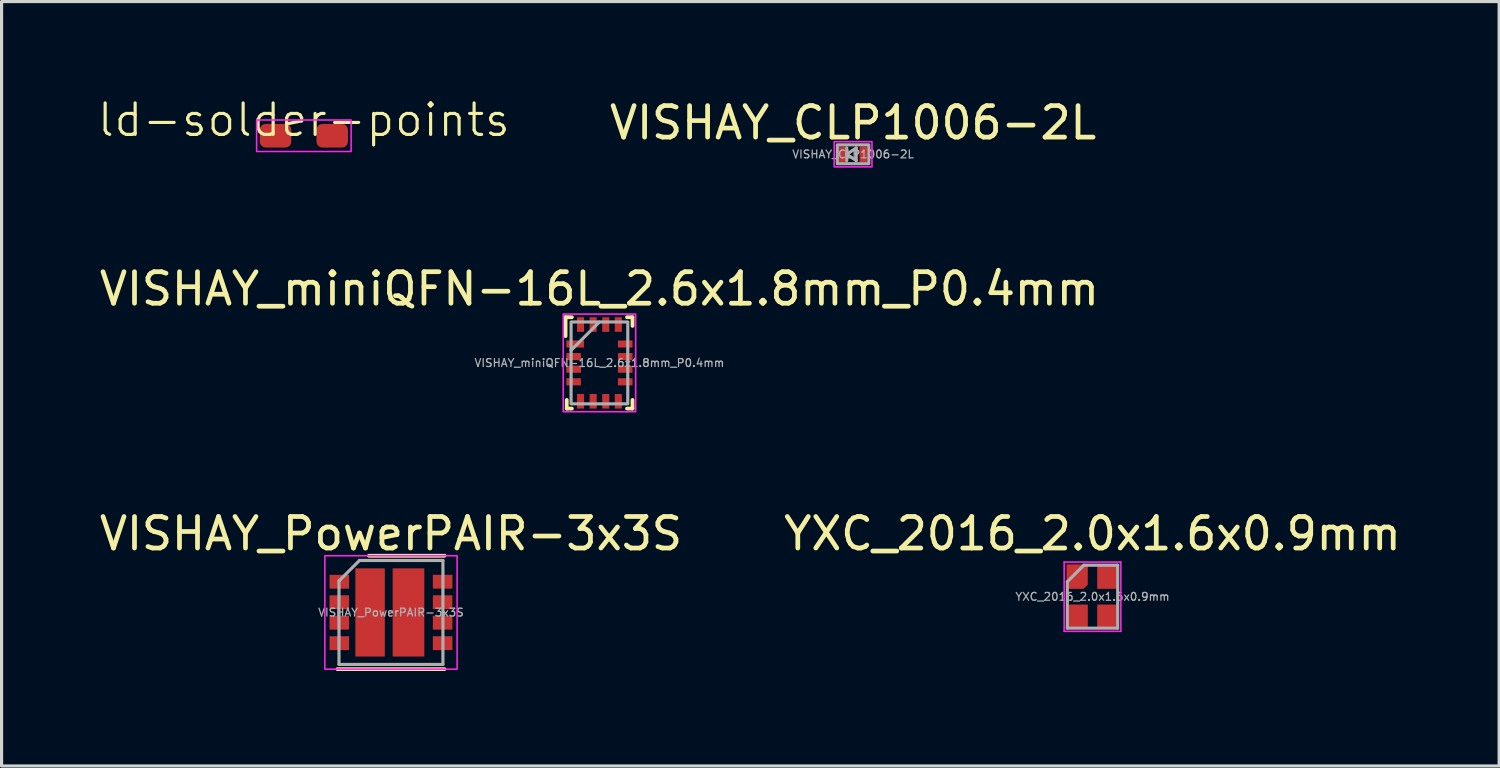
<source format=kicad_pcb>
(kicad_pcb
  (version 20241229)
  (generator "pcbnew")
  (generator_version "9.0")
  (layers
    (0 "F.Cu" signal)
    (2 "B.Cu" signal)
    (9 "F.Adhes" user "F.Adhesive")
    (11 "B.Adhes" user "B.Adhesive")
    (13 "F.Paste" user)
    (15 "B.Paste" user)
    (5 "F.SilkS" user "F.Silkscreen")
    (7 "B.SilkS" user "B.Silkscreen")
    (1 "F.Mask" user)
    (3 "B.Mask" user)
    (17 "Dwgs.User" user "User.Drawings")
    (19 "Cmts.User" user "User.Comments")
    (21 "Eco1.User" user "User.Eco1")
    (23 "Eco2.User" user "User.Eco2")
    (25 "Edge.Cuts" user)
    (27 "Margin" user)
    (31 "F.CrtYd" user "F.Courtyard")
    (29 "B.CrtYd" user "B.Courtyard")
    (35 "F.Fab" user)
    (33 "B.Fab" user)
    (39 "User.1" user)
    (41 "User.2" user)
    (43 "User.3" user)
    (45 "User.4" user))
  (footprint "VISHAY_CLP1006-2L"
    (layer "F.Cu")
    (at 24.035 1.848)
    (property "Reference" "VISHAY_CLP1006-2L" (at 0 -1 0) (unlocked yes) (layer "F.SilkS") (effects (font (size 1 1) (thickness 0.15))))
    (attr smd)
    (fp_rect (start -0.6 0.4) (end 0.6 -0.4) (stroke (width 0.05) (type default)) (fill no) (layer "F.CrtYd"))
    (fp_line (start -0.2 -0.2) (end -0.2 0.2) (stroke (width 0.1) (type default)) (layer "F.Fab"))
    (fp_line (start -0.2 0) (end 0.1 -0.2) (stroke (width 0.1) (type default)) (layer "F.Fab"))
    (fp_line (start 0.1 -0.2) (end 0.1 0.2) (stroke (width 0.1) (type default)) (layer "F.Fab"))
    (fp_line (start 0.1 0.2) (end -0.2 0) (stroke (width 0.1) (type default)) (layer "F.Fab"))
    (fp_rect (start -0.5 0.3) (end 0.5 -0.3) (stroke (width 0.1) (type default)) (fill no) (layer "F.Fab"))
    (fp_text user "${REFERENCE}" (at 0 0 0) (unlocked yes) (layer "F.Fab") (effects (font (size 0.25 0.25) (thickness 0.04))))
    (pad "1" smd rect (at -0.325 0) (size 0.24 0.49) (layers "F.Cu" "F.Mask" "F.Paste"))
    (pad "2" smd rect (at 0.325 0) (size 0.24 0.49) (layers "F.Cu" "F.Mask" "F.Paste")))
  (footprint "ld-solder-points"
    (layer "F.Cu")
    (at 6.598 1.26)
    (property "Reference" "ld-solder-points" (at 0 -0.5 0) (unlocked yes) (layer "F.SilkS") (effects (font (size 1 1) (thickness 0.1))))
    (attr smd)
    (fp_rect (start -1.5 -0.5) (end 1.5 0.5) (stroke (width 0.05) (type default)) (fill no) (layer "F.CrtYd"))
    (pad "1" smd roundrect (at -0.9 0) (size 1 0.75) (layers "F.Cu" "F.Mask" "F.Paste") (roundrect_rratio 0.25))
    (pad "2" smd roundrect (at 0.9 0) (size 1 0.75) (layers "F.Cu" "F.Mask" "F.Paste") (roundrect_rratio 0.25)))
  (footprint "VISHAY_PowerPAIR-3x3S"
    (layer "F.Cu")
    (at 9.363 16.395)
    (property "Reference" "VISHAY_PowerPAIR-3x3S" (at 0 -2.5 0) (unlocked yes) (layer "F.SilkS") (effects (font (size 1 1) (thickness 0.15))))
    (attr smd)
    (fp_line (start 1.7 -1.8) (end -0.7 -1.8) (stroke (width 0.12) (type default)) (layer "F.SilkS"))
    (fp_line (start 1.7 1.8) (end -1.7 1.8) (stroke (width 0.12) (type default)) (layer "F.SilkS"))
    (fp_rect (start 2.1 1.85) (end -2.1 -1.85) (stroke (width 0.05) (type default)) (fill no) (layer "Margin"))
    (fp_rect (start -2.1 1.8) (end 2.1 -1.8) (stroke (width 0.05) (type default)) (fill no) (layer "F.CrtYd"))
    (fp_line (start -1.65 -1) (end -1.65 1.65) (stroke (width 0.1) (type default)) (layer "F.Fab"))
    (fp_line (start -1.65 1.65) (end 1.65 1.65) (stroke (width 0.1) (type default)) (layer "F.Fab"))
    (fp_line (start -1 -1.65) (end -1.65 -1) (stroke (width 0.1) (type default)) (layer "F.Fab"))
    (fp_line (start 1.65 -1.65) (end -1 -1.65) (stroke (width 0.1) (type default)) (layer "F.Fab"))
    (fp_line (start 1.65 1.65) (end 1.65 -1.65) (stroke (width 0.1) (type default)) (layer "F.Fab"))
    (fp_text user "${REFERENCE}" (at 0 0 0) (unlocked yes) (layer "F.Fab") (effects (font (size 0.25 0.25) (thickness 0.04))))
    (pad "1" smd rect (at -1.64 -0.975 90) (size 0.44 0.62) (layers "F.Cu" "F.Mask" "F.Paste"))
    (pad "2" smd rect (at -1.64 -0.325 90) (size 0.44 0.62) (layers "F.Cu" "F.Mask" "F.Paste"))
    (pad "3" smd rect (at -1.64 0.325 90) (size 0.44 0.62) (layers "F.Cu" "F.Mask" "F.Paste"))
    (pad "4" smd rect (at -1.64 0.975 90) (size 0.44 0.62) (layers "F.Cu" "F.Mask" "F.Paste"))
    (pad "5" smd rect (at 1.64 0.975 90) (size 0.44 0.62) (layers "F.Cu" "F.Mask" "F.Paste"))
    (pad "6" smd rect (at 1.64 0.325 90) (size 0.44 0.62) (layers "F.Cu" "F.Mask" "F.Paste"))
    (pad "7" smd rect (at 1.64 -0.325 90) (size 0.44 0.62) (layers "F.Cu" "F.Mask" "F.Paste"))
    (pad "8" smd rect (at 1.64 -0.975 90) (size 0.44 0.62) (layers "F.Cu" "F.Mask" "F.Paste"))
    (pad "9" smd rect (at -0.663 0 180) (size 0.935 2.8) (layers "F.Cu" "F.Mask" "F.Paste"))
    (pad "10" smd rect (at 0.557 0 180) (size 1.005 2.8) (layers "F.Cu" "F.Mask" "F.Paste")))
  (footprint "YXC_2016_2.0x1.6x0.9mm"
    (layer "F.Cu")
    (at 31.637 15.895)
    (property "Reference" "YXC_2016_2.0x1.6x0.9mm" (at 0 -2 0) (unlocked yes) (layer "F.SilkS") (effects (font (size 1 1) (thickness 0.15))))
    (attr smd)
    (fp_line (start -0.9 -1.1) (end -0.9 0.3) (stroke (width 0.05) (type solid)) (layer "F.CrtYd"))
    (fp_line (start -0.9 0.3) (end -0.9 1.1) (stroke (width 0.05) (type solid)) (layer "F.CrtYd"))
    (fp_line (start -0.9 1.1) (end 0.9 1.1) (stroke (width 0.05) (type solid)) (layer "F.CrtYd"))
    (fp_line (start 0.9 -1.1) (end -0.9 -1.1) (stroke (width 0.05) (type solid)) (layer "F.CrtYd"))
    (fp_line (start 0.9 1.1) (end 0.9 -1.1) (stroke (width 0.05) (type solid)) (layer "F.CrtYd"))
    (fp_line (start -0.8 1) (end -0.8 -0.475) (stroke (width 0.1) (type solid)) (layer "F.Fab"))
    (fp_line (start -0.275 -1) (end -0.8 -0.475) (stroke (width 0.1) (type solid)) (layer "F.Fab"))
    (fp_line (start -0.275 -1) (end 0.8 -1) (stroke (width 0.1) (type solid)) (layer "F.Fab"))
    (fp_line (start 0.8 -1) (end 0.8 1) (stroke (width 0.1) (type solid)) (layer "F.Fab"))
    (fp_line (start 0.8 1) (end -0.8 1) (stroke (width 0.1) (type solid)) (layer "F.Fab"))
    (fp_text user "${REFERENCE}" (at 0 0 0) (layer "F.Fab") (effects (font (size 0.25 0.25) (thickness 0.04))))
    (pad "1" smd roundrect (at -0.487 -0.637) (size 0.675 0.775) (layers "F.Cu" "F.Mask" "F.Paste") (roundrect_rratio 0) (chamfer_ratio 0.2) (chamfer bottom_right))
    (pad "2" smd rect (at -0.487 0.637) (size 0.675 0.775) (layers "F.Cu" "F.Mask" "F.Paste"))
    (pad "3" smd rect (at 0.487 0.637) (size 0.675 0.775) (layers "F.Cu" "F.Mask" "F.Paste"))
    (pad "4" smd rect (at 0.487 -0.637) (size 0.675 0.775) (layers "F.Cu" "F.Mask" "F.Paste")))
  (footprint "VISHAY_miniQFN-16L_2.6x1.8mm_P0.4mm"
    (layer "F.Cu")
    (at 15.982 8.472)
    (property "Reference" "VISHAY_miniQFN-16L_2.6x1.8mm_P0.4mm" (at 0 -2.35 0) (unlocked yes) (layer "F.SilkS") (effects (font (size 1 1) (thickness 0.15))))
    (attr smd)
    (fp_line (start -1.075 -1.45) (end -0.875 -1.45) (stroke (width 0.12) (type default)) (layer "F.SilkS"))
    (fp_line (start -1.075 -0.85) (end -1.075 -1.45) (stroke (width 0.12) (type default)) (layer "F.SilkS"))
    (fp_line (start -1.038 1.45) (end -1.038 1.175) (stroke (width 0.12) (type default)) (layer "F.SilkS"))
    (fp_line (start -0.875 1.45) (end -1.038 1.45) (stroke (width 0.12) (type default)) (layer "F.SilkS"))
    (fp_line (start 0.875 -1.45) (end 1.05 -1.45) (stroke (width 0.12) (type default)) (layer "F.SilkS"))
    (fp_line (start 0.875 1.45) (end 1.05 1.45) (stroke (width 0.12) (type default)) (layer "F.SilkS"))
    (fp_line (start 1.05 -1.45) (end 1.05 -1.175) (stroke (width 0.12) (type default)) (layer "F.SilkS"))
    (fp_line (start 1.05 1.45) (end 1.05 1.175) (stroke (width 0.12) (type default)) (layer "F.SilkS"))
    (fp_rect (start 1.15 1.55) (end -1.15 -1.55) (stroke (width 0.05) (type default)) (fill no) (layer "F.CrtYd"))
    (fp_line (start 0 -1.3) (end -0.9 -0.4) (stroke (width 0.1) (type default)) (layer "F.Fab"))
    (fp_rect (start -0.9 -1.3) (end 0.9 1.3) (stroke (width 0.1) (type default)) (fill no) (layer "F.Fab"))
    (fp_text user "${REFERENCE}" (at 0 0 0) (unlocked yes) (layer "F.Fab") (effects (font (size 0.25 0.25) (thickness 0.04))))
    (pad "1" smd rect (at -0.769 -0.6) (size 0.562 0.225) (layers "F.Cu" "F.Mask" "F.Paste"))
    (pad "2" smd rect (at -0.819 -0.2) (size 0.463 0.225) (layers "F.Cu" "F.Mask" "F.Paste"))
    (pad "3" smd rect (at -0.819 0.2) (size 0.463 0.225) (layers "F.Cu" "F.Mask" "F.Paste"))
    (pad "4" smd rect (at -0.819 0.6) (size 0.463 0.225) (layers "F.Cu" "F.Mask" "F.Paste"))
    (pad "5" smd rect (at -0.6 1.218 90) (size 0.463 0.225) (layers "F.Cu" "F.Mask" "F.Paste"))
    (pad "6" smd rect (at -0.2 1.218 90) (size 0.463 0.225) (layers "F.Cu" "F.Mask" "F.Paste"))
    (pad "7" smd rect (at 0.2 1.218 90) (size 0.463 0.225) (layers "F.Cu" "F.Mask" "F.Paste"))
    (pad "8" smd rect (at 0.6 1.218 90) (size 0.463 0.225) (layers "F.Cu" "F.Mask" "F.Paste"))
    (pad "9" smd rect (at 0.819 0.6) (size 0.463 0.225) (layers "F.Cu" "F.Mask" "F.Paste"))
    (pad "10" smd rect (at 0.819 0.2) (size 0.463 0.225) (layers "F.Cu" "F.Mask" "F.Paste"))
    (pad "11" smd rect (at 0.819 -0.2) (size 0.463 0.225) (layers "F.Cu" "F.Mask" "F.Paste"))
    (pad "12" smd rect (at 0.819 -0.6) (size 0.463 0.225) (layers "F.Cu" "F.Mask" "F.Paste"))
    (pad "13" smd rect (at 0.6 -1.218 90) (size 0.463 0.225) (layers "F.Cu" "F.Mask" "F.Paste"))
    (pad "14" smd rect (at 0.2 -1.218 90) (size 0.463 0.225) (layers "F.Cu" "F.Mask" "F.Paste"))
    (pad "15" smd rect (at -0.2 -1.218 90) (size 0.463 0.225) (layers "F.Cu" "F.Mask" "F.Paste"))
    (pad "16" smd rect (at -0.6 -1.218 90) (size 0.463 0.225) (layers "F.Cu" "F.Mask" "F.Paste")))
  (gr_rect
    (start -3 -3)
    (end 44.548 21.27)
    (stroke (width 0.1) (type default))
    (fill no)
    (layer "Edge.Cuts")))
</source>
